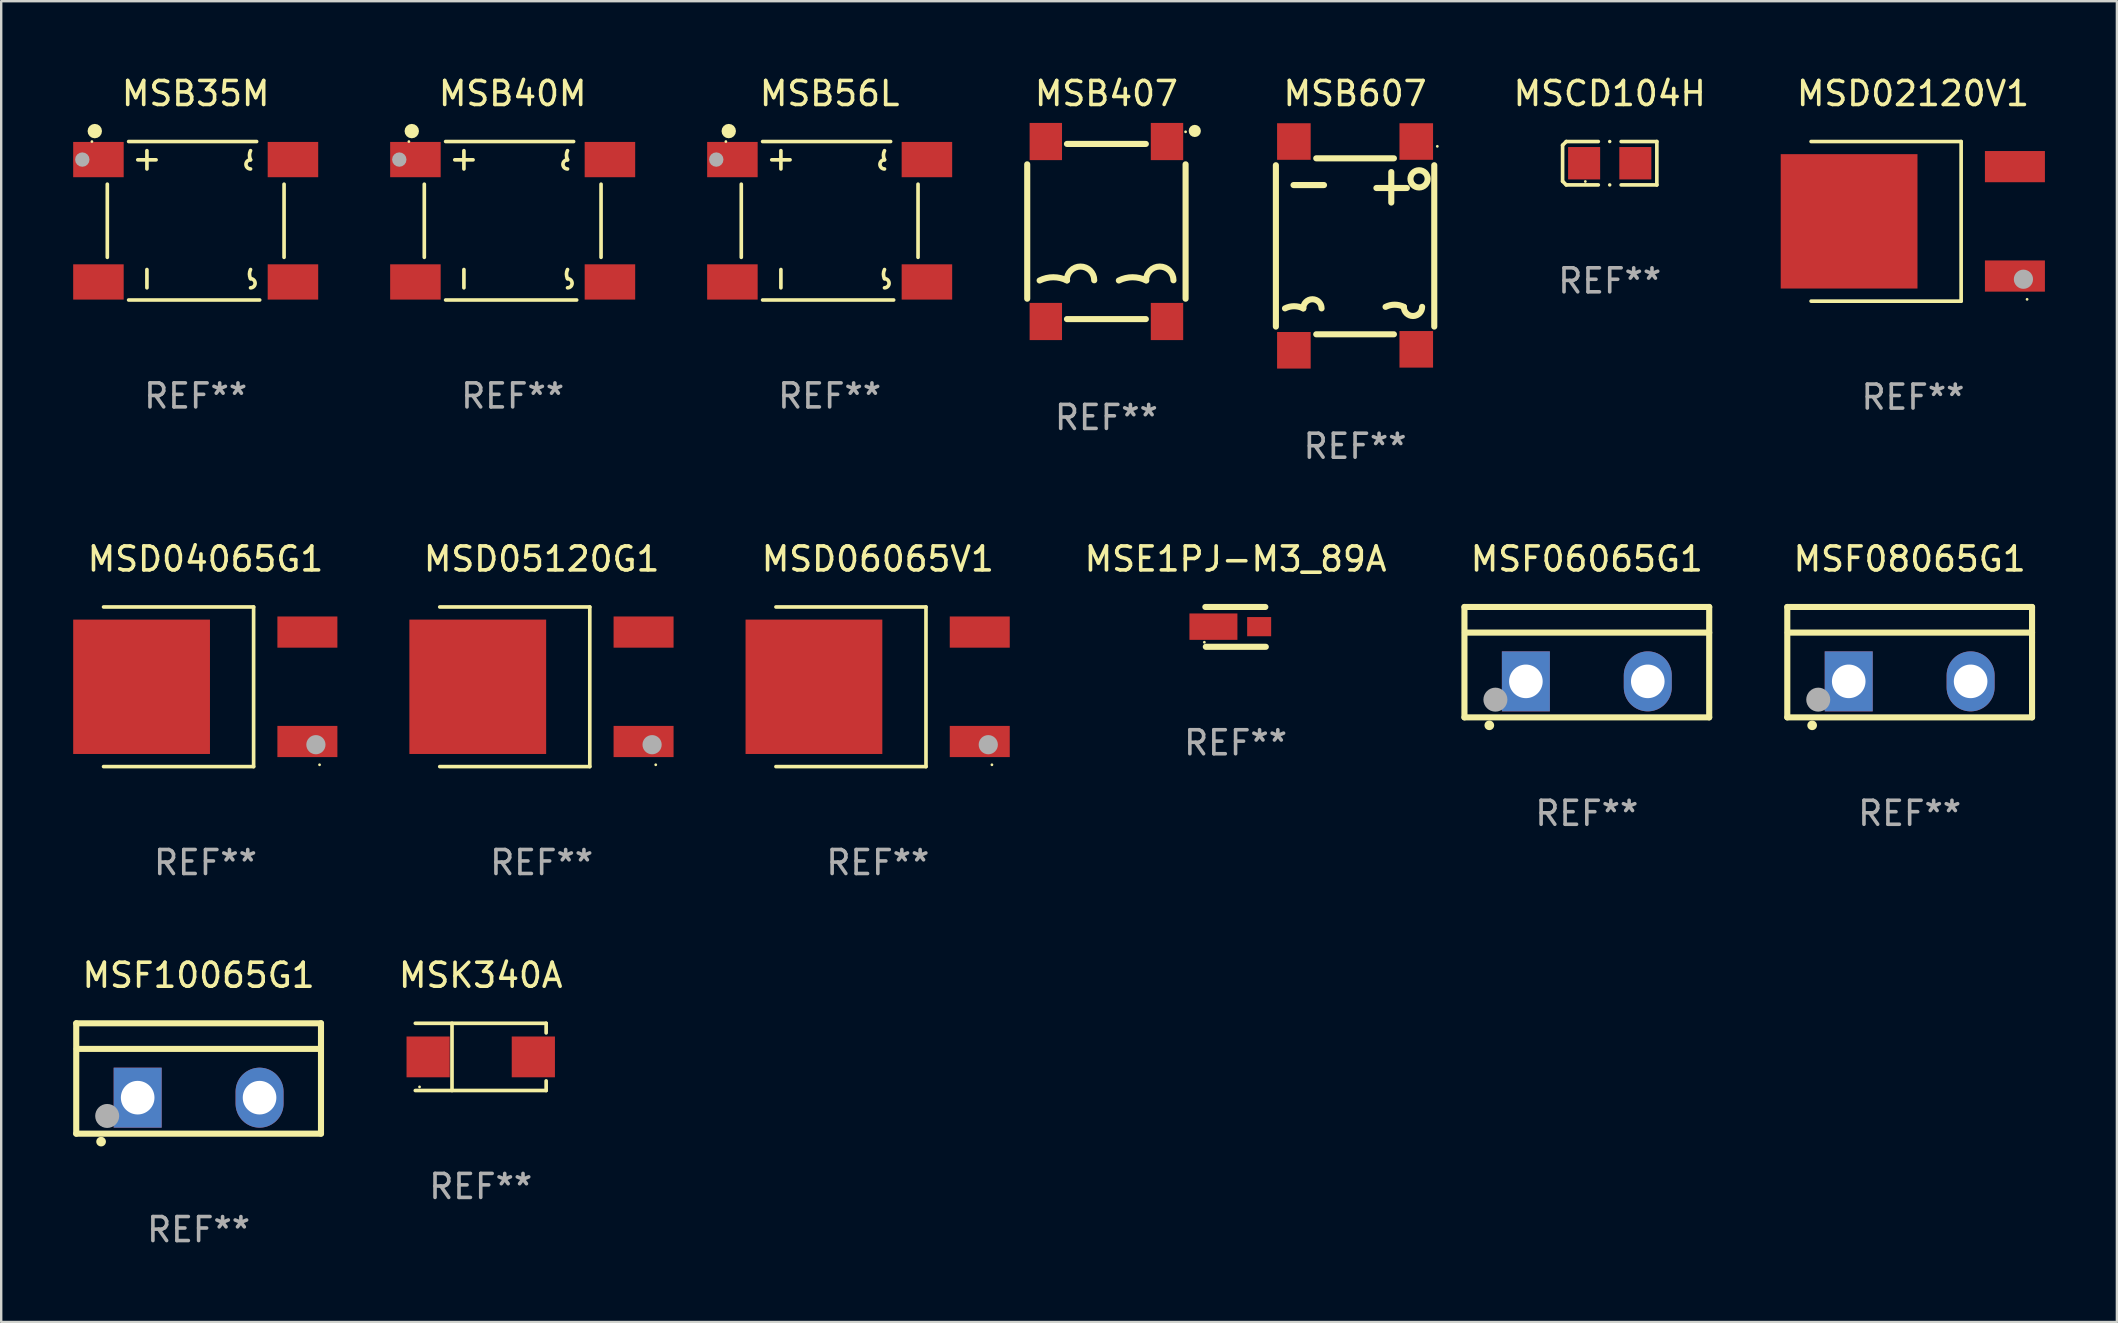
<source format=kicad_pcb>
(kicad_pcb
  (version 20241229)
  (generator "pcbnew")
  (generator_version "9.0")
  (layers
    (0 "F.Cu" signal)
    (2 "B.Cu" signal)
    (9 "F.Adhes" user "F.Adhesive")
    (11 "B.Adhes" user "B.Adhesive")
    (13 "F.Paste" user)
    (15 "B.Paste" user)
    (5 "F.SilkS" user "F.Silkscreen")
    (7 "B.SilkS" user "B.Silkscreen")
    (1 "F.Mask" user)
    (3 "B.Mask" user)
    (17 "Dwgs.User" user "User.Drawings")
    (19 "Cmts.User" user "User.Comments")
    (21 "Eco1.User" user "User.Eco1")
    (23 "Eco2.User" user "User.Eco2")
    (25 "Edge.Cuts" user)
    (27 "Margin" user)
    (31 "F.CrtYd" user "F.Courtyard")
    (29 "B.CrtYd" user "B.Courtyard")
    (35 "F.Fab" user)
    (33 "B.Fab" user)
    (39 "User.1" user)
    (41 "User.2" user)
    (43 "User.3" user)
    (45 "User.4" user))
  (footprint "MSD02120V1"
    (layer "F.Cu")
    (at 76.672 6.174)
    (property "Reference" "MSD02120V1" (at 0 -5.326 0) (layer "F.SilkS") (effects (font (size 1 1) (thickness 0.15))))
    (attr through_hole)
    (fp_line (start -4.247 -3.326) (end 2.006 -3.326) (stroke (width 0.152) (type solid)) (layer "F.SilkS"))
    (fp_line (start -4.247 3.326) (end 2.006 3.326) (stroke (width 0.152) (type solid)) (layer "F.SilkS"))
    (fp_line (start 2.006 3.326) (end 2.006 -3.326) (stroke (width 0.152) (type solid)) (layer "F.SilkS"))
    (fp_circle (center 4.754 3.25) (end 4.784 3.25) (stroke (width 0.06) (type solid)) (fill no) (layer "F.SilkS"))
    (fp_circle (center 4.602 2.413) (end 4.802 2.413) (stroke (width 0.4) (type solid)) (fill no) (layer "F.Fab"))
    (fp_text user "REF**" (at 0 7.326 0) (layer "F.Fab") (effects (font (size 1 1) (thickness 0.15))))
    (pad "1" smd rect (at 4.247 2.28) (size 2.5 1.3) (layers "F.Cu" "F.Mask" "F.Paste"))
    (pad "2" smd rect (at -2.663 0) (size 5.7 5.6) (layers "F.Cu" "F.Mask" "F.Paste"))
    (pad "3" smd rect (at 4.247 -2.28) (size 2.5 1.3) (layers "F.Cu" "F.Mask" "F.Paste")))
  (footprint "MSF06065G1"
    (layer "F.Cu")
    (at 63.079 24.545)
    (property "Reference" "MSF06065G1" (at 0 -4.3 0) (layer "F.SilkS") (effects (font (size 1 1) (thickness 0.15))))
    (attr through_hole)
    (fp_line (start -5.1 -2.3) (end -5.1 2.3) (stroke (width 0.254) (type solid)) (layer "F.SilkS"))
    (fp_line (start -5.1 2.3) (end 5.1 2.3) (stroke (width 0.254) (type solid)) (layer "F.SilkS"))
    (fp_line (start -5.08 -1.232) (end 5.1 -1.232) (stroke (width 0.254) (type solid)) (layer "F.SilkS"))
    (fp_line (start 5.1 -2.3) (end -5.1 -2.3) (stroke (width 0.254) (type solid)) (layer "F.SilkS"))
    (fp_line (start 5.1 -2.3) (end 5.1 2.3) (stroke (width 0.254) (type solid)) (layer "F.SilkS"))
    (fp_arc (start -4.065278 2.632004) (mid -4.064008 2.632) (end -4.062738 2.632004) (stroke (width 0.4) (type solid)) (layer "F.SilkS"))
    (fp_circle (center -5.1 2.32) (end -5.07 2.32) (stroke (width 0.06) (type solid)) (fill no) (layer "F.SilkS"))
    (fp_circle (center -3.81 1.562) (end -3.56 1.562) (stroke (width 0.5) (type solid)) (fill no) (layer "F.Fab"))
    (fp_text user "REF**" (at 0 6.3 0) (layer "F.Fab") (effects (font (size 1 1) (thickness 0.15))))
    (pad "1" thru_hole rect (at -2.54 0.8) (size 2 2.5) (drill 1.4) (layers "*.Cu" "*.Mask"))
    (pad "2" thru_hole oval (at 2.54 0.8) (size 2 2.5) (drill 1.4) (layers "*.Cu" "*.Mask")))
  (footprint "MSK340A"
    (layer "F.Cu")
    (at 16.984 40.995)
    (property "Reference" "MSK340A" (at 0 -3.401 0) (layer "F.SilkS") (effects (font (size 1 1) (thickness 0.15))))
    (attr through_hole)
    (fp_line (start -2.726 -1.401) (end 2.726 -1.401) (stroke (width 0.152) (type solid)) (layer "F.SilkS"))
    (fp_line (start -2.726 1.401) (end 2.726 1.401) (stroke (width 0.152) (type solid)) (layer "F.SilkS"))
    (fp_line (start -1.197 -1.401) (end -1.197 1.401) (stroke (width 0.152) (type solid)) (layer "F.SilkS"))
    (fp_line (start 2.726 -1.401) (end 2.726 -1) (stroke (width 0.152) (type solid)) (layer "F.SilkS"))
    (fp_line (start 2.726 1.401) (end 2.726 1) (stroke (width 0.152) (type solid)) (layer "F.SilkS"))
    (fp_circle (center -2.55 1.25) (end -2.52 1.25) (stroke (width 0.06) (type solid)) (fill no) (layer "F.SilkS"))
    (fp_text user "REF**" (at 0 5.401 0) (layer "F.Fab") (effects (font (size 1 1) (thickness 0.15))))
    (pad "1" smd rect (at -2.192 0) (size 1.8 1.7) (layers "F.Cu" "F.Mask" "F.Paste"))
    (pad "2" smd rect (at 2.192 0) (size 1.8 1.7) (layers "F.Cu" "F.Mask" "F.Paste")))
  (footprint "MSB40M"
    (layer "F.Cu")
    (at 18.315 6.15)
    (property "Reference" "MSB40M" (at 0 -5.302 0) (layer "F.SilkS") (effects (font (size 1 1) (thickness 0.15))))
    (attr through_hole)
    (fp_line (start -3.683 -1.524) (end -3.683 1.524) (stroke (width 0.152) (type solid)) (layer "F.SilkS"))
    (fp_line (start -2.794 -3.302) (end 2.54 -3.302) (stroke (width 0.152) (type solid)) (layer "F.SilkS"))
    (fp_line (start -2.794 3.302) (end 2.667 3.302) (stroke (width 0.152) (type solid)) (layer "F.SilkS"))
    (fp_line (start -2.413 -2.54) (end -1.651 -2.54) (stroke (width 0.152) (type solid)) (layer "F.SilkS"))
    (fp_line (start -2.032 -2.921) (end -2.032 -2.159) (stroke (width 0.152) (type solid)) (layer "F.SilkS"))
    (fp_line (start -2.032 2.032) (end -2.032 2.794) (stroke (width 0.152) (type solid)) (layer "F.SilkS"))
    (fp_line (start 3.683 -1.524) (end 3.683 1.524) (stroke (width 0.152) (type solid)) (layer "F.SilkS"))
    (fp_arc (start 2.286004 -2.540006) (mid 2.241034 -2.730506) (end 2.286005 -2.921006) (stroke (width 0.151994) (type solid)) (layer "F.SilkS"))
    (fp_arc (start 2.286005 -2.159004) (mid 2.095504 -2.349505) (end 2.286005 -2.540006) (stroke (width 0.151994) (type solid)) (layer "F.SilkS"))
    (fp_arc (start 2.286005 2.413004) (mid 2.241034 2.222504) (end 2.286005 2.032004) (stroke (width 0.151994) (type solid)) (layer "F.SilkS"))
    (fp_arc (start 2.286005 2.413004) (mid 2.476506 2.603505) (end 2.286005 2.794006) (stroke (width 0.151994) (type solid)) (layer "F.SilkS"))
    (fp_circle (center -4.325 -3.3) (end -4.295 -3.3) (stroke (width 0.06) (type solid)) (fill no) (layer "F.SilkS"))
    (fp_circle (center -4.205 -3.737) (end -4.055 -3.737) (stroke (width 0.3) (type solid)) (fill no) (layer "F.SilkS"))
    (fp_circle (center -4.725 -2.55) (end -4.575 -2.55) (stroke (width 0.3) (type solid)) (fill no) (layer "F.Fab"))
    (fp_text user "REF**" (at 0 7.302 0) (layer "F.Fab") (effects (font (size 1 1) (thickness 0.15))))
    (pad "1" smd rect (at -4.053 -2.55) (size 2.105 1.47) (layers "F.Cu" "F.Mask" "F.Paste"))
    (pad "2" smd rect (at -4.053 2.55) (size 2.105 1.47) (layers "F.Cu" "F.Mask" "F.Paste"))
    (pad "3" smd rect (at 4.053 2.55) (size 2.105 1.47) (layers "F.Cu" "F.Mask" "F.Paste"))
    (pad "4" smd rect (at 4.053 -2.55) (size 2.105 1.47) (layers "F.Cu" "F.Mask" "F.Paste")))
  (footprint "MSE1PJ-M3_89A"
    (layer "F.Cu")
    (at 48.441 23.075)
    (property "Reference" "MSE1PJ-M3_89A" (at 0 -2.83 0) (layer "F.SilkS") (effects (font (size 1 1) (thickness 0.15))))
    (attr through_hole)
    (fp_line (start -1.26 -0.83) (end 1.24 -0.83) (stroke (width 0.254) (type solid)) (layer "F.SilkS"))
    (fp_line (start -1.24 0.83) (end 1.26 0.83) (stroke (width 0.254) (type solid)) (layer "F.SilkS"))
    (fp_circle (center -1.301 0.64) (end -1.271 0.64) (stroke (width 0.06) (type solid)) (fill no) (layer "F.SilkS"))
    (fp_text user "REF**" (at 0 4.83 0) (layer "F.Fab") (effects (font (size 1 1) (thickness 0.15))))
    (pad "1" smd rect (at -0.923 -0.01 90) (size 1.1 2) (layers "F.Cu" "F.Mask" "F.Paste"))
    (pad "2" smd rect (at 0.983 -0.01) (size 1 0.8) (layers "F.Cu" "F.Mask" "F.Paste")))
  (footprint "MSB56L"
    (layer "F.Cu")
    (at 31.525 6.15)
    (property "Reference" "MSB56L" (at 0 -5.302 0) (layer "F.SilkS") (effects (font (size 1 1) (thickness 0.15))))
    (attr through_hole)
    (fp_line (start -3.683 -1.524) (end -3.683 1.524) (stroke (width 0.152) (type solid)) (layer "F.SilkS"))
    (fp_line (start -2.794 -3.302) (end 2.54 -3.302) (stroke (width 0.152) (type solid)) (layer "F.SilkS"))
    (fp_line (start -2.794 3.302) (end 2.667 3.302) (stroke (width 0.152) (type solid)) (layer "F.SilkS"))
    (fp_line (start -2.413 -2.54) (end -1.651 -2.54) (stroke (width 0.152) (type solid)) (layer "F.SilkS"))
    (fp_line (start -2.032 -2.921) (end -2.032 -2.159) (stroke (width 0.152) (type solid)) (layer "F.SilkS"))
    (fp_line (start -2.032 2.032) (end -2.032 2.794) (stroke (width 0.152) (type solid)) (layer "F.SilkS"))
    (fp_line (start 3.683 -1.524) (end 3.683 1.524) (stroke (width 0.152) (type solid)) (layer "F.SilkS"))
    (fp_arc (start 2.286004 -2.540006) (mid 2.241034 -2.730506) (end 2.286005 -2.921006) (stroke (width 0.151994) (type solid)) (layer "F.SilkS"))
    (fp_arc (start 2.286005 -2.159004) (mid 2.095504 -2.349505) (end 2.286005 -2.540006) (stroke (width 0.151994) (type solid)) (layer "F.SilkS"))
    (fp_arc (start 2.286005 2.413004) (mid 2.241034 2.222504) (end 2.286005 2.032004) (stroke (width 0.151994) (type solid)) (layer "F.SilkS"))
    (fp_arc (start 2.286005 2.413004) (mid 2.476506 2.603505) (end 2.286005 2.794006) (stroke (width 0.151994) (type solid)) (layer "F.SilkS"))
    (fp_circle (center -4.325 -3.3) (end -4.295 -3.3) (stroke (width 0.06) (type solid)) (fill no) (layer "F.SilkS"))
    (fp_circle (center -4.205 -3.737) (end -4.055 -3.737) (stroke (width 0.3) (type solid)) (fill no) (layer "F.SilkS"))
    (fp_circle (center -4.725 -2.55) (end -4.575 -2.55) (stroke (width 0.3) (type solid)) (fill no) (layer "F.Fab"))
    (fp_text user "REF**" (at 0 7.302 0) (layer "F.Fab") (effects (font (size 1 1) (thickness 0.15))))
    (pad "1" smd rect (at -4.053 -2.55) (size 2.105 1.47) (layers "F.Cu" "F.Mask" "F.Paste"))
    (pad "2" smd rect (at -4.053 2.55) (size 2.105 1.47) (layers "F.Cu" "F.Mask" "F.Paste"))
    (pad "3" smd rect (at 4.053 2.55) (size 2.105 1.47) (layers "F.Cu" "F.Mask" "F.Paste"))
    (pad "4" smd rect (at 4.053 -2.55) (size 2.105 1.47) (layers "F.Cu" "F.Mask" "F.Paste")))
  (footprint "MSD06065V1"
    (layer "F.Cu")
    (at 33.533 25.571)
    (property "Reference" "MSD06065V1" (at 0 -5.326 0) (layer "F.SilkS") (effects (font (size 1 1) (thickness 0.15))))
    (attr through_hole)
    (fp_line (start -4.247 -3.326) (end 2.006 -3.326) (stroke (width 0.152) (type solid)) (layer "F.SilkS"))
    (fp_line (start -4.247 3.326) (end 2.006 3.326) (stroke (width 0.152) (type solid)) (layer "F.SilkS"))
    (fp_line (start 2.006 3.326) (end 2.006 -3.326) (stroke (width 0.152) (type solid)) (layer "F.SilkS"))
    (fp_circle (center 4.754 3.25) (end 4.784 3.25) (stroke (width 0.06) (type solid)) (fill no) (layer "F.SilkS"))
    (fp_circle (center 4.602 2.413) (end 4.802 2.413) (stroke (width 0.4) (type solid)) (fill no) (layer "F.Fab"))
    (fp_text user "REF**" (at 0 7.326 0) (layer "F.Fab") (effects (font (size 1 1) (thickness 0.15))))
    (pad "1" smd rect (at 4.247 2.28) (size 2.5 1.3) (layers "F.Cu" "F.Mask" "F.Paste"))
    (pad "2" smd rect (at -2.663 0) (size 5.7 5.6) (layers "F.Cu" "F.Mask" "F.Paste"))
    (pad "3" smd rect (at 4.247 -2.28) (size 2.5 1.3) (layers "F.Cu" "F.Mask" "F.Paste")))
  (footprint "MSF08065G1"
    (layer "F.Cu")
    (at 76.533 24.545)
    (property "Reference" "MSF08065G1" (at 0 -4.3 0) (layer "F.SilkS") (effects (font (size 1 1) (thickness 0.15))))
    (attr through_hole)
    (fp_line (start -5.1 -2.3) (end -5.1 2.3) (stroke (width 0.254) (type solid)) (layer "F.SilkS"))
    (fp_line (start -5.1 2.3) (end 5.1 2.3) (stroke (width 0.254) (type solid)) (layer "F.SilkS"))
    (fp_line (start -5.08 -1.232) (end 5.1 -1.232) (stroke (width 0.254) (type solid)) (layer "F.SilkS"))
    (fp_line (start 5.1 -2.3) (end -5.1 -2.3) (stroke (width 0.254) (type solid)) (layer "F.SilkS"))
    (fp_line (start 5.1 -2.3) (end 5.1 2.3) (stroke (width 0.254) (type solid)) (layer "F.SilkS"))
    (fp_arc (start -4.065278 2.632004) (mid -4.064008 2.632) (end -4.062738 2.632004) (stroke (width 0.4) (type solid)) (layer "F.SilkS"))
    (fp_circle (center -5.1 2.32) (end -5.07 2.32) (stroke (width 0.06) (type solid)) (fill no) (layer "F.SilkS"))
    (fp_circle (center -3.81 1.562) (end -3.56 1.562) (stroke (width 0.5) (type solid)) (fill no) (layer "F.Fab"))
    (fp_text user "REF**" (at 0 6.3 0) (layer "F.Fab") (effects (font (size 1 1) (thickness 0.15))))
    (pad "1" thru_hole rect (at -2.54 0.8) (size 2 2.5) (drill 1.4) (layers "*.Cu" "*.Mask"))
    (pad "2" thru_hole oval (at 2.54 0.8) (size 2 2.5) (drill 1.4) (layers "*.Cu" "*.Mask")))
  (footprint "MSF10065G1"
    (layer "F.Cu")
    (at 5.227 41.894)
    (property "Reference" "MSF10065G1" (at 0 -4.3 0) (layer "F.SilkS") (effects (font (size 1 1) (thickness 0.15))))
    (attr through_hole)
    (fp_line (start -5.1 -2.3) (end -5.1 2.3) (stroke (width 0.254) (type solid)) (layer "F.SilkS"))
    (fp_line (start -5.1 2.3) (end 5.1 2.3) (stroke (width 0.254) (type solid)) (layer "F.SilkS"))
    (fp_line (start -5.08 -1.232) (end 5.1 -1.232) (stroke (width 0.254) (type solid)) (layer "F.SilkS"))
    (fp_line (start 5.1 -2.3) (end -5.1 -2.3) (stroke (width 0.254) (type solid)) (layer "F.SilkS"))
    (fp_line (start 5.1 -2.3) (end 5.1 2.3) (stroke (width 0.254) (type solid)) (layer "F.SilkS"))
    (fp_arc (start -4.065278 2.632004) (mid -4.064008 2.632) (end -4.062738 2.632004) (stroke (width 0.4) (type solid)) (layer "F.SilkS"))
    (fp_circle (center -5.1 2.32) (end -5.07 2.32) (stroke (width 0.06) (type solid)) (fill no) (layer "F.SilkS"))
    (fp_circle (center -3.81 1.562) (end -3.56 1.562) (stroke (width 0.5) (type solid)) (fill no) (layer "F.Fab"))
    (fp_text user "REF**" (at 0 6.3 0) (layer "F.Fab") (effects (font (size 1 1) (thickness 0.15))))
    (pad "1" thru_hole rect (at -2.54 0.8) (size 2 2.5) (drill 1.4) (layers "*.Cu" "*.Mask"))
    (pad "2" thru_hole oval (at 2.54 0.8) (size 2 2.5) (drill 1.4) (layers "*.Cu" "*.Mask")))
  (footprint "MSD04065G1"
    (layer "F.Cu")
    (at 5.513 25.571)
    (property "Reference" "MSD04065G1" (at 0 -5.326 0) (layer "F.SilkS") (effects (font (size 1 1) (thickness 0.15))))
    (attr through_hole)
    (fp_line (start -4.247 -3.326) (end 2.006 -3.326) (stroke (width 0.152) (type solid)) (layer "F.SilkS"))
    (fp_line (start -4.247 3.326) (end 2.006 3.326) (stroke (width 0.152) (type solid)) (layer "F.SilkS"))
    (fp_line (start 2.006 3.326) (end 2.006 -3.326) (stroke (width 0.152) (type solid)) (layer "F.SilkS"))
    (fp_circle (center 4.754 3.25) (end 4.784 3.25) (stroke (width 0.06) (type solid)) (fill no) (layer "F.SilkS"))
    (fp_circle (center 4.602 2.413) (end 4.802 2.413) (stroke (width 0.4) (type solid)) (fill no) (layer "F.Fab"))
    (fp_text user "REF**" (at 0 7.326 0) (layer "F.Fab") (effects (font (size 1 1) (thickness 0.15))))
    (pad "1" smd rect (at 4.247 2.28) (size 2.5 1.3) (layers "F.Cu" "F.Mask" "F.Paste"))
    (pad "2" smd rect (at -2.663 0) (size 5.7 5.6) (layers "F.Cu" "F.Mask" "F.Paste"))
    (pad "3" smd rect (at 4.247 -2.28) (size 2.5 1.3) (layers "F.Cu" "F.Mask" "F.Paste")))
  (footprint "MSB407"
    (layer "F.Cu")
    (at 43.058 6.598)
    (property "Reference" "MSB407" (at 0 -5.75 0) (layer "F.SilkS") (effects (font (size 1 1) (thickness 0.15))))
    (attr through_hole)
    (fp_line (start -3.3 2.8) (end -3.3 -2.8) (stroke (width 0.254) (type solid)) (layer "F.SilkS"))
    (fp_line (start 1.644 -3.65) (end -1.644 -3.65) (stroke (width 0.254) (type solid)) (layer "F.SilkS"))
    (fp_line (start 1.644 3.65) (end -1.644 3.65) (stroke (width 0.254) (type solid)) (layer "F.SilkS"))
    (fp_line (start 3.3 2.8) (end 3.3 -2.8) (stroke (width 0.254) (type solid)) (layer "F.SilkS"))
    (fp_arc (start -2.783007 2.040589) (mid -2.211506 1.905676) (end -1.640004 2.040589) (stroke (width 0.254001) (type solid)) (layer "F.SilkS"))
    (fp_arc (start -1.651003 2.032004) (mid -1.079502 1.460503) (end -0.508001 2.032004) (stroke (width 0.254001) (type solid)) (layer "F.SilkS"))
    (fp_arc (start 0.518999 2.040589) (mid 1.0905 1.905676) (end 1.662002 2.040589) (stroke (width 0.254001) (type solid)) (layer "F.SilkS"))
    (fp_arc (start 1.651002 2.032004) (mid 2.222504 1.460502) (end 2.794006 2.032004) (stroke (width 0.254001) (type solid)) (layer "F.SilkS"))
    (fp_circle (center 3.3 -4.155) (end 3.33 -4.155) (stroke (width 0.06) (type solid)) (fill no) (layer "F.SilkS"))
    (fp_circle (center 3.683 -4.191) (end 3.81 -4.191) (stroke (width 0.254) (type solid)) (fill no) (layer "F.SilkS"))
    (fp_text user "+" (at 2.54 -2.667 0) (layer "B.Mask") (effects (font (size 1 1) (thickness 0.15))))
    (fp_text user "-" (at -1.27 -2.667 0) (layer "B.Mask") (effects (font (size 1 1) (thickness 0.15))))
    (fp_text user "REF**" (at 0 7.75 0) (layer "F.Fab") (effects (font (size 1 1) (thickness 0.15))))
    (pad "1" smd rect (at 2.525 -3.75) (size 1.35 1.55) (layers "F.Cu" "F.Mask" "F.Paste"))
    (pad "2" smd rect (at 2.525 3.75) (size 1.35 1.55) (layers "F.Cu" "F.Mask" "F.Paste"))
    (pad "3" smd rect (at -2.525 -3.75) (size 1.35 1.55) (layers "F.Cu" "F.Mask" "F.Paste"))
    (pad "4" smd rect (at -2.525 3.75) (size 1.35 1.55) (layers "F.Cu" "F.Mask" "F.Paste")))
  (footprint "MSD05120G1"
    (layer "F.Cu")
    (at 19.523 25.571)
    (property "Reference" "MSD05120G1" (at 0 -5.326 0) (layer "F.SilkS") (effects (font (size 1 1) (thickness 0.15))))
    (attr through_hole)
    (fp_line (start -4.247 -3.326) (end 2.006 -3.326) (stroke (width 0.152) (type solid)) (layer "F.SilkS"))
    (fp_line (start -4.247 3.326) (end 2.006 3.326) (stroke (width 0.152) (type solid)) (layer "F.SilkS"))
    (fp_line (start 2.006 3.326) (end 2.006 -3.326) (stroke (width 0.152) (type solid)) (layer "F.SilkS"))
    (fp_circle (center 4.754 3.25) (end 4.784 3.25) (stroke (width 0.06) (type solid)) (fill no) (layer "F.SilkS"))
    (fp_circle (center 4.602 2.413) (end 4.802 2.413) (stroke (width 0.4) (type solid)) (fill no) (layer "F.Fab"))
    (fp_text user "REF**" (at 0 7.326 0) (layer "F.Fab") (effects (font (size 1 1) (thickness 0.15))))
    (pad "1" smd rect (at 4.247 2.28) (size 2.5 1.3) (layers "F.Cu" "F.Mask" "F.Paste"))
    (pad "2" smd rect (at -2.663 0) (size 5.7 5.6) (layers "F.Cu" "F.Mask" "F.Paste"))
    (pad "3" smd rect (at 4.247 -2.28) (size 2.5 1.3) (layers "F.Cu" "F.Mask" "F.Paste")))
  (footprint "MSB607"
    (layer "F.Cu")
    (at 53.421 7.198)
    (property "Reference" "MSB607" (at 0 -6.35 0) (layer "F.SilkS") (effects (font (size 1 1) (thickness 0.15))))
    (attr through_hole)
    (fp_line (start -3.3 -3.362) (end -3.3 3.362) (stroke (width 0.254) (type solid)) (layer "F.SilkS"))
    (fp_line (start -2.565 -2.536) (end -1.295 -2.536) (stroke (width 0.254) (type solid)) (layer "F.SilkS"))
    (fp_line (start -1.619 -3.65) (end 1.619 -3.65) (stroke (width 0.254) (type solid)) (layer "F.SilkS"))
    (fp_line (start -1.619 3.683) (end 1.619 3.683) (stroke (width 0.254) (type solid)) (layer "F.SilkS"))
    (fp_line (start 0.889 -2.413) (end 2.159 -2.413) (stroke (width 0.254) (type solid)) (layer "F.SilkS"))
    (fp_line (start 1.509 -1.807) (end 1.509 -3.077) (stroke (width 0.254) (type solid)) (layer "F.SilkS"))
    (fp_line (start 3.3 -3.362) (end 3.3 3.362) (stroke (width 0.254) (type solid)) (layer "F.SilkS"))
    (fp_arc (start -2.920892 2.603505) (mid -2.539891 2.513563) (end -2.15889 2.603505) (stroke (width 0.254001) (type solid)) (layer "F.SilkS"))
    (fp_arc (start -2.15889 2.603505) (mid -1.777889 2.222504) (end -1.396888 2.603505) (stroke (width 0.254001) (type solid)) (layer "F.SilkS"))
    (fp_arc (start 1.270142 2.540005) (mid 1.651143 2.450063) (end 2.032144 2.540005) (stroke (width 0.254001) (type solid)) (layer "F.SilkS"))
    (fp_arc (start 2.794145 2.540005) (mid 2.413145 2.921005) (end 2.032145 2.540005) (stroke (width 0.254001) (type solid)) (layer "F.SilkS"))
    (fp_circle (center 2.667 -2.794) (end 3.026 -2.794) (stroke (width 0.254) (type solid)) (fill no) (layer "F.SilkS"))
    (fp_circle (center 3.427 -4.15) (end 3.457 -4.15) (stroke (width 0.06) (type solid)) (fill no) (layer "F.SilkS"))
    (fp_text user "REF**" (at 0 8.35 0) (layer "F.Fab") (effects (font (size 1 1) (thickness 0.15))))
    (pad "1" smd rect (at 2.55 -4.35 90) (size 1.524 1.4) (layers "F.Cu" "F.Mask" "F.Paste"))
    (pad "2" smd rect (at 2.55 4.31 90) (size 1.524 1.4) (layers "F.Cu" "F.Mask" "F.Paste"))
    (pad "3" smd rect (at -2.55 -4.35 90) (size 1.524 1.4) (layers "F.Cu" "F.Mask" "F.Paste"))
    (pad "4" smd rect (at -2.55 4.35 90) (size 1.524 1.4) (layers "F.Cu" "F.Mask" "F.Paste")))
  (footprint "MSB35M"
    (layer "F.Cu")
    (at 5.105 6.15)
    (property "Reference" "MSB35M" (at 0 -5.302 0) (layer "F.SilkS") (effects (font (size 1 1) (thickness 0.15))))
    (attr through_hole)
    (fp_line (start -3.683 -1.524) (end -3.683 1.524) (stroke (width 0.152) (type solid)) (layer "F.SilkS"))
    (fp_line (start -2.794 -3.302) (end 2.54 -3.302) (stroke (width 0.152) (type solid)) (layer "F.SilkS"))
    (fp_line (start -2.794 3.302) (end 2.667 3.302) (stroke (width 0.152) (type solid)) (layer "F.SilkS"))
    (fp_line (start -2.413 -2.54) (end -1.651 -2.54) (stroke (width 0.152) (type solid)) (layer "F.SilkS"))
    (fp_line (start -2.032 -2.921) (end -2.032 -2.159) (stroke (width 0.152) (type solid)) (layer "F.SilkS"))
    (fp_line (start -2.032 2.032) (end -2.032 2.794) (stroke (width 0.152) (type solid)) (layer "F.SilkS"))
    (fp_line (start 3.683 -1.524) (end 3.683 1.524) (stroke (width 0.152) (type solid)) (layer "F.SilkS"))
    (fp_arc (start 2.286004 -2.540006) (mid 2.241034 -2.730506) (end 2.286005 -2.921006) (stroke (width 0.151994) (type solid)) (layer "F.SilkS"))
    (fp_arc (start 2.286005 -2.159004) (mid 2.095504 -2.349505) (end 2.286005 -2.540006) (stroke (width 0.151994) (type solid)) (layer "F.SilkS"))
    (fp_arc (start 2.286005 2.413004) (mid 2.241034 2.222504) (end 2.286005 2.032004) (stroke (width 0.151994) (type solid)) (layer "F.SilkS"))
    (fp_arc (start 2.286005 2.413004) (mid 2.476506 2.603505) (end 2.286005 2.794006) (stroke (width 0.151994) (type solid)) (layer "F.SilkS"))
    (fp_circle (center -4.325 -3.3) (end -4.295 -3.3) (stroke (width 0.06) (type solid)) (fill no) (layer "F.SilkS"))
    (fp_circle (center -4.205 -3.737) (end -4.055 -3.737) (stroke (width 0.3) (type solid)) (fill no) (layer "F.SilkS"))
    (fp_circle (center -4.725 -2.55) (end -4.575 -2.55) (stroke (width 0.3) (type solid)) (fill no) (layer "F.Fab"))
    (fp_text user "REF**" (at 0 7.302 0) (layer "F.Fab") (effects (font (size 1 1) (thickness 0.15))))
    (pad "1" smd rect (at -4.053 -2.55) (size 2.105 1.47) (layers "F.Cu" "F.Mask" "F.Paste"))
    (pad "2" smd rect (at -4.053 2.55) (size 2.105 1.47) (layers "F.Cu" "F.Mask" "F.Paste"))
    (pad "3" smd rect (at 4.053 2.55) (size 2.105 1.47) (layers "F.Cu" "F.Mask" "F.Paste"))
    (pad "4" smd rect (at 4.053 -2.55) (size 2.105 1.47) (layers "F.Cu" "F.Mask" "F.Paste")))
  (footprint "MSCD104H"
    (layer "F.Cu")
    (at 64.033 3.752)
    (property "Reference" "MSCD104H" (at 0 -2.904 0) (layer "F.SilkS") (effects (font (size 1 1) (thickness 0.15))))
    (attr through_hole)
    (fp_line (start -1.964 -0.751) (end -1.811 -0.904) (stroke (width 0.152) (type solid)) (layer "F.SilkS"))
    (fp_line (start -1.964 0.751) (end -1.964 -0.751) (stroke (width 0.152) (type solid)) (layer "F.SilkS"))
    (fp_line (start -1.811 -0.904) (end -0.476 -0.904) (stroke (width 0.152) (type solid)) (layer "F.SilkS"))
    (fp_line (start -1.811 0.904) (end -1.964 0.751) (stroke (width 0.152) (type solid)) (layer "F.SilkS"))
    (fp_line (start -0.476 0.904) (end -1.811 0.904) (stroke (width 0.152) (type solid)) (layer "F.SilkS"))
    (fp_line (start 0.476 0.904) (end 1.964 0.904) (stroke (width 0.152) (type solid)) (layer "F.SilkS"))
    (fp_line (start 1.964 -0.904) (end 0.476 -0.904) (stroke (width 0.152) (type solid)) (layer "F.SilkS"))
    (fp_line (start 1.964 0.904) (end 1.964 -0.904) (stroke (width 0.152) (type solid)) (layer "F.SilkS"))
    (fp_circle (center -1.016 0.762) (end -0.986 0.762) (stroke (width 0.06) (type solid)) (fill no) (layer "F.SilkS"))
    (fp_circle (center -0.000076 -0.904) (end 0.038 -0.904) (stroke (width 0.076) (type solid)) (fill no) (layer "F.SilkS"))
    (fp_circle (center -0.000076 0.904) (end 0.038 0.904) (stroke (width 0.076) (type solid)) (fill no) (layer "F.SilkS"))
    (fp_text user "REF**" (at 0 4.904 0) (layer "F.Fab") (effects (font (size 1 1) (thickness 0.15))))
    (pad "1" smd rect (at -1.067 0.000076 180) (size 1.335 1.35) (layers "F.Cu" "F.Mask" "F.Paste"))
    (pad "2" smd rect (at 1.067 0.000076 180) (size 1.335 1.35) (layers "F.Cu" "F.Mask" "F.Paste")))
  (gr_rect
    (start -3 -3)
    (end 85.169 52.042)
    (stroke (width 0.1) (type default))
    (fill no)
    (layer "Edge.Cuts")))
</source>
